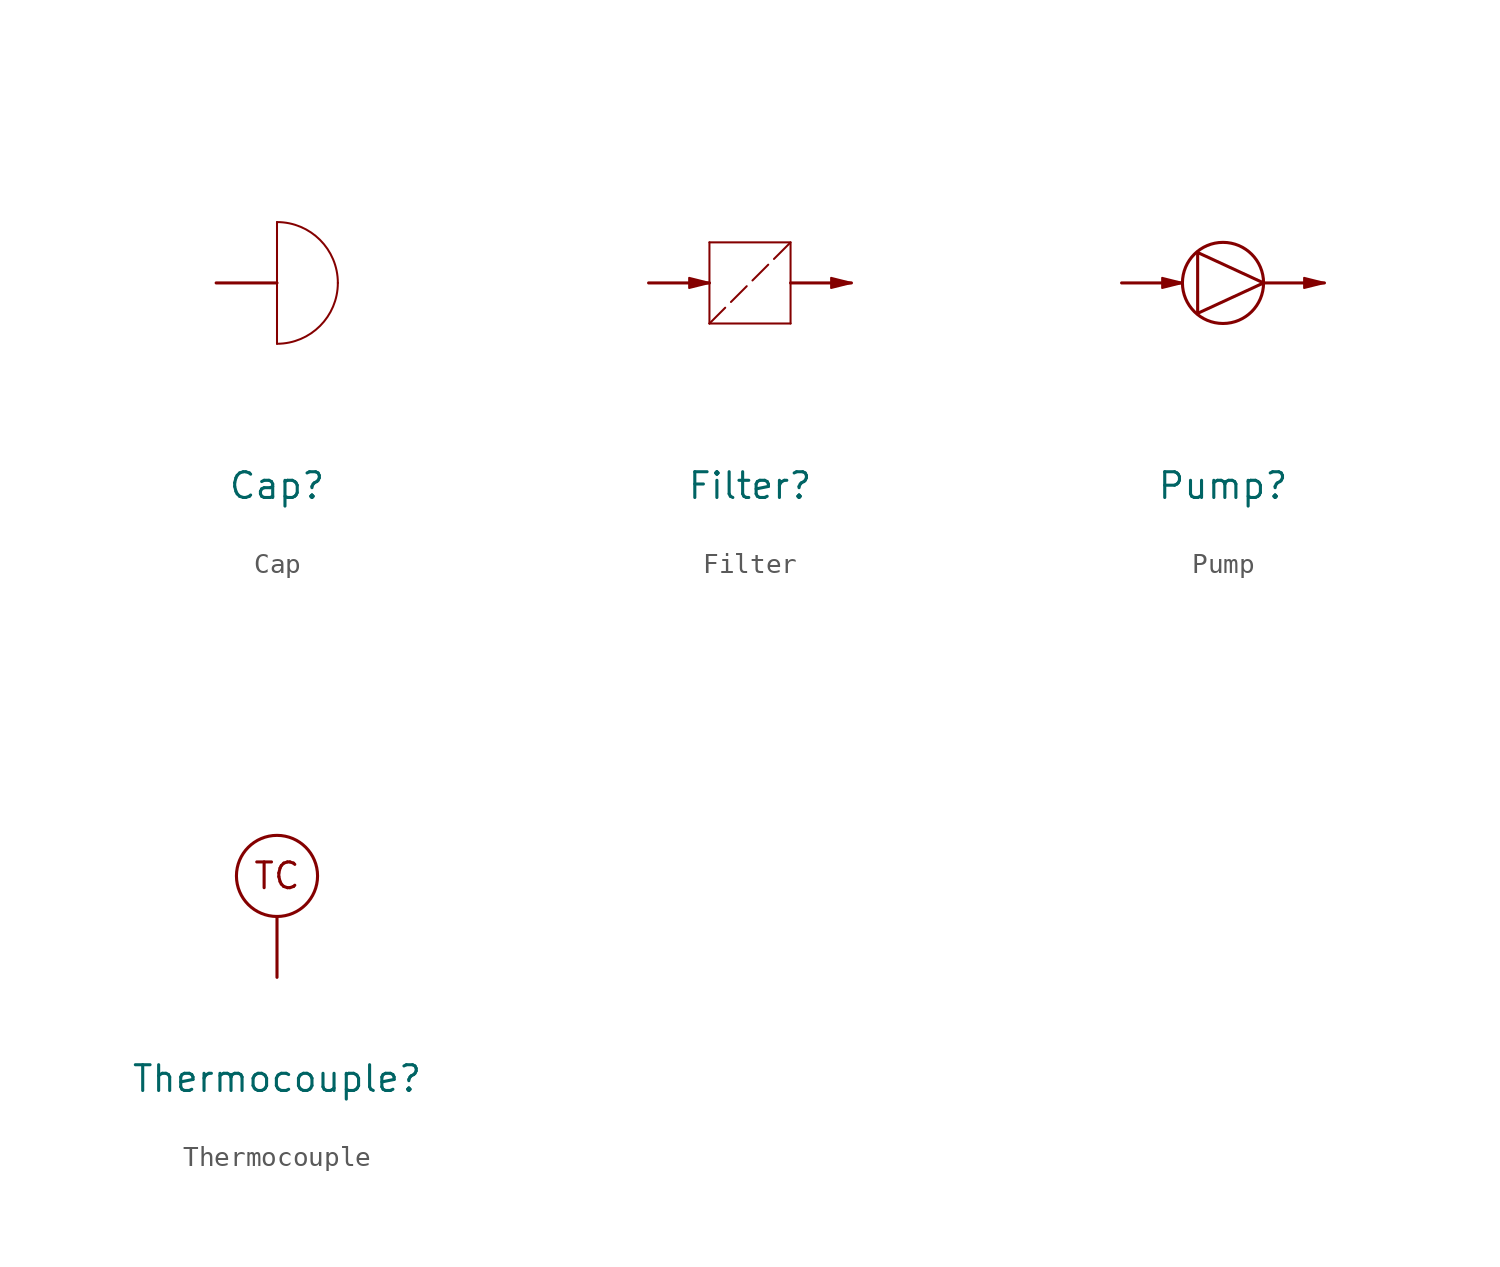
<source format=kicad_sym>
(kicad_symbol_lib
  (version 20231120)
  (generator "kicad_symbol_editor")
  (generator_version "8.0")
  (symbol Cap
    (property Reference Cap
      (at 0 -10 0)
      (effects (font (size 1.27 1.27))))
    (property Value ""
      (at 0 0 0)
      (effects (font (size 1.27 1.27))))
    (symbol "Cap_1_1"
      (rectangle private (start -8 8) (end 8 -8) (stroke (width 0.1) (type dot)) (fill (type none)))
      (rectangle private (start -5 5) (end 5 -5) (stroke (width 0.1) (type dot)) (fill (type none)))
      (arc (start 0 -3) (mid 2.1213 -2.1213) (end 3 0) (stroke (width 0.1000) (type default)) (fill (type none)))
      (polyline (pts (xy 0 3) (xy 0 -3)) (stroke (width 0.1) (type default)) (fill (type none)))
      (arc (start 3 0) (mid 2.1213 2.1213) (end 0 3) (stroke (width 0.1000) (type default)) (fill (type none)))
      (pin input line (at -3 0 0) (length 3) (name "" (effects (font (size 1.27 1.27)))) (number "" (effects (font (size 1.27 1.27)))))))
  (symbol Filter
    (property Reference Filter
      (at 0 -10 0)
      (effects (font (size 1.27 1.27))))
    (property Value ""
      (at 0 0 0)
      (effects (font (size 1.27 1.27))))
    (symbol "Filter_1_1"
      (rectangle private (start -8 8) (end 8 -8) (stroke (width 0.1) (type dot)) (fill (type none)))
      (rectangle private (start -5 4) (end 5 -4) (stroke (width 0.1) (type dot)) (fill (type none)))
      (polyline (pts (xy -2 -2) (xy -2 2)) (stroke (width 0.1) (type default)) (fill (type none)))
      (polyline (pts (xy -2 -2) (xy 2 -2)) (stroke (width 0.1) (type default)) (fill (type none)))
      (polyline (pts (xy -2 -2) (xy 2 2)) (stroke (width 0.1) (type dash)) (fill (type none)))
      (polyline (pts (xy -2 2) (xy 2 2)) (stroke (width 0.1) (type default)) (fill (type none)))
      (polyline (pts (xy 2 2) (xy 2 -2)) (stroke (width 0.1) (type default)) (fill (type none)))
      (polyline (pts (xy -3 0) (xy -3 0.25) (xy -2 0) (xy -3 -0.25) (xy -3 0)) (stroke (width 0.1) (type default)) (fill (type outline)))
      (polyline (pts (xy 4 0) (xy 4 0.25) (xy 5 0) (xy 4 -0.25) (xy 4 0)) (stroke (width 0.1) (type default)) (fill (type outline)))
      (pin input line (at -5 0 0) (length 3) (name "" (effects (font (size 1.27 1.27)))) (number "" (effects (font (size 1.27 1.27)))))
      (pin output line (at 5 0 180) (length 3) (name "" (effects (font (size 1.27 1.27)))) (number "" (effects (font (size 1.27 1.27)))))))
  (symbol Pump
    (property Reference Pump
      (at 0 -10 0)
      (effects (font (size 1.27 1.27))))
    (property Value ""
      (at 0 0 0)
      (effects (font (size 1.27 1.27))))
    (symbol "Pump_0_1"
      (circle (center 0 0) (radius 2) (stroke (width 0) (type default)) (fill (type none))))
    (symbol "Pump_1_1"
      (rectangle private (start -8 8) (end 8 -8) (stroke (width 0.1) (type dot)) (fill (type none)))
      (rectangle private (start -5 5) (end 5 -5) (stroke (width 0.1) (type dot)) (fill (type none)))
      (polyline (pts (xy 2 0) (xy -1.25 -1.5)) (stroke (width 0) (type default)) (fill (type none)))
      (polyline (pts (xy 2 0) (xy -1.25 1.5) (xy -1.25 -1.5)) (stroke (width 0) (type default)) (fill (type none)))
      (polyline (pts (xy -3 0) (xy -3 0.25) (xy -2 0) (xy -3 -0.25) (xy -3 0)) (stroke (width 0.1) (type default)) (fill (type outline)))
      (polyline (pts (xy 4 0) (xy 4 0.25) (xy 5 0) (xy 4 -0.25) (xy 4 0)) (stroke (width 0.1) (type default)) (fill (type outline)))
      (pin input line (at -5 0 0) (length 3) (name "" (effects (font (size 1.27 1.27)))) (number "" (effects (font (size 1.27 1.27)))))
      (pin output line (at 5 0 180) (length 3) (name "" (effects (font (size 1.27 1.27)))) (number "" (effects (font (size 1.27 1.27)))))))
  (symbol Thermocouple
    (property Reference Thermocouple
      (at 0 -10 0)
      (effects (font (size 1.27 1.27))))
    (property Value ""
      (at 0 0 0)
      (effects (font (size 1.27 1.27))))
    (symbol "Thermocouple_0_1"
      (circle (center 0 0) (radius 2) (stroke (width 0) (type default)) (fill (type none))))
    (symbol "Thermocouple_1_1"
      (rectangle private (start -8 8) (end 8 -8) (stroke (width 0.1) (type dot)) (fill (type none)))
      (rectangle private (start -5 5) (end 5 -5) (stroke (width 0.1) (type dot)) (fill (type none)))
      (text TC (at 0 0 0) (effects (font (size 1.27 1.27))))
      (pin input line (at 0 -5 90) (length 3) (name "" (effects (font (size 1.27 1.27)))) (number "" (effects (font (size 1.27 1.27))))))))
</source>
